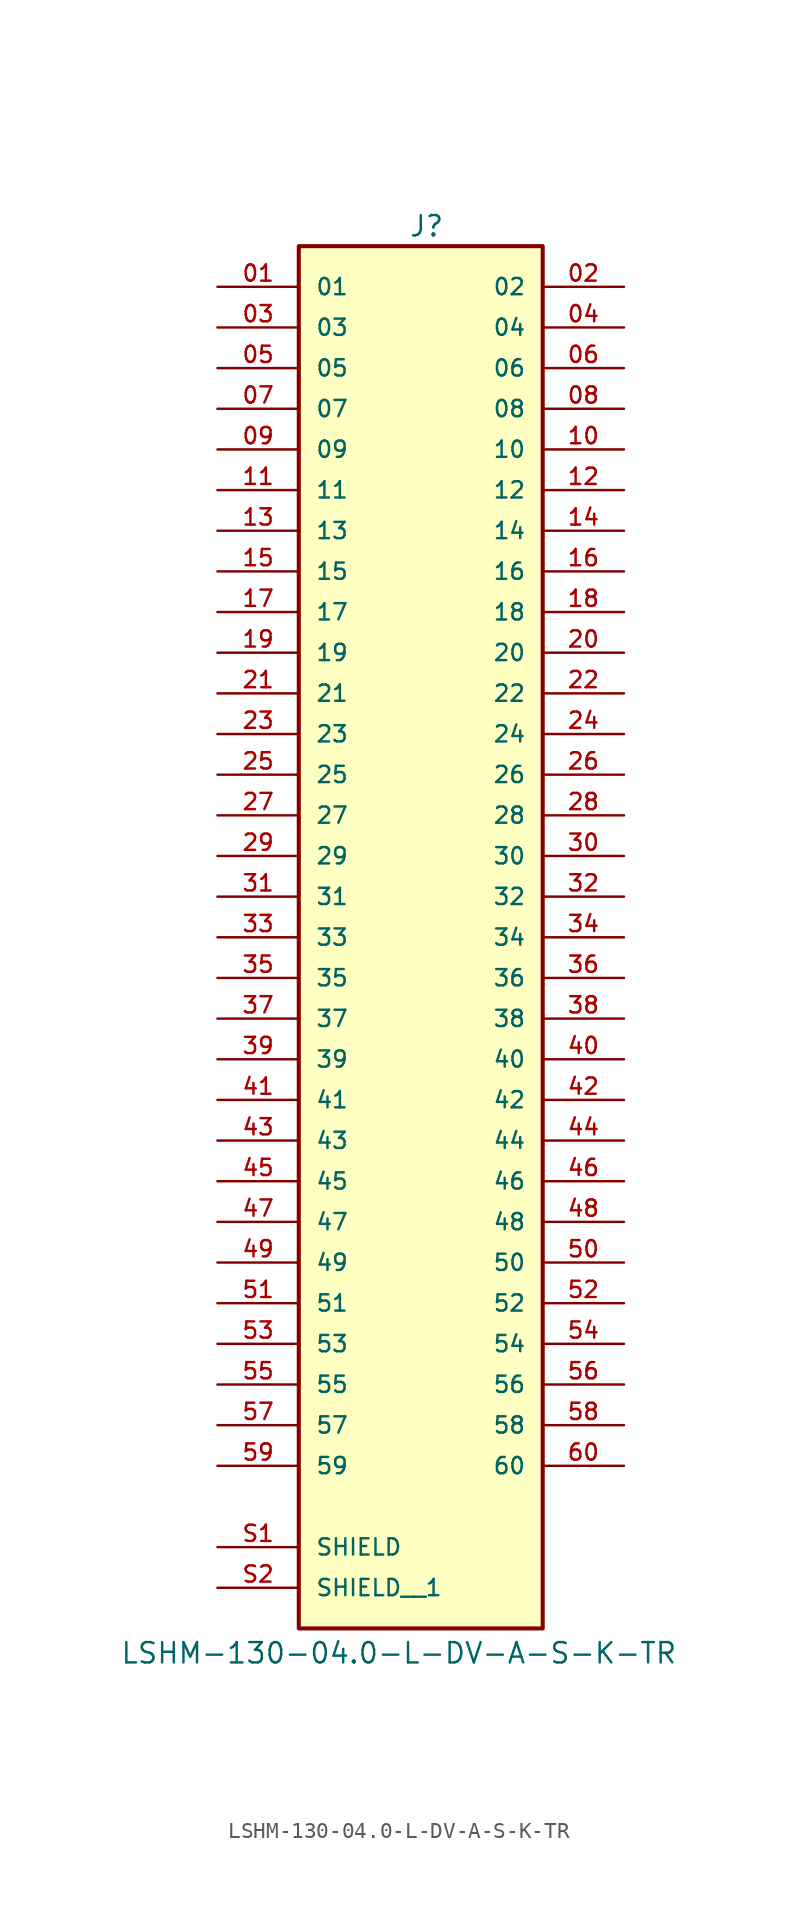
<source format=kicad_sym>
(kicad_symbol_lib
  (version 20231120)
  (generator "kicad_symbol_editor")
  (generator_version "8.0")
  (symbol "LSHM-130-04.0-L-DV-A-S-K-TR"
    (pin_names
      (offset 1.016))
    (property "Reference" "J"
      (at -0.762 43.688 0)
      (effects (font (size 1.27 1.27)) (justify left bottom)))
    (property "Value" "LSHM-130-04.0-L-DV-A-S-K-TR"
      (at -18.796 -45.466 0)
      (effects (font (size 1.27 1.27)) (justify left bottom)))
    (symbol "LSHM-130-04.0-L-DV-A-S-K-TR_0_0"
      (rectangle (start -7.62 -43.18) (end 7.62 43.18) (stroke (width 0.254) (type default)) (fill (type background)))
      (pin passive line (at -12.7 40.64 0) (length 5.08) (name "01" (effects (font (size 1.016 1.016)))) (number "01" (effects (font (size 1.016 1.016)))))
      (pin passive line (at 12.7 40.64 180) (length 5.08) (name "02" (effects (font (size 1.016 1.016)))) (number "02" (effects (font (size 1.016 1.016)))))
      (pin passive line (at -12.7 38.1 0) (length 5.08) (name "03" (effects (font (size 1.016 1.016)))) (number "03" (effects (font (size 1.016 1.016)))))
      (pin passive line (at 12.7 38.1 180) (length 5.08) (name "04" (effects (font (size 1.016 1.016)))) (number "04" (effects (font (size 1.016 1.016)))))
      (pin passive line (at -12.7 35.56 0) (length 5.08) (name "05" (effects (font (size 1.016 1.016)))) (number "05" (effects (font (size 1.016 1.016)))))
      (pin passive line (at 12.7 35.56 180) (length 5.08) (name "06" (effects (font (size 1.016 1.016)))) (number "06" (effects (font (size 1.016 1.016)))))
      (pin passive line (at -12.7 33.02 0) (length 5.08) (name "07" (effects (font (size 1.016 1.016)))) (number "07" (effects (font (size 1.016 1.016)))))
      (pin passive line (at 12.7 33.02 180) (length 5.08) (name "08" (effects (font (size 1.016 1.016)))) (number "08" (effects (font (size 1.016 1.016)))))
      (pin passive line (at -12.7 30.48 0) (length 5.08) (name "09" (effects (font (size 1.016 1.016)))) (number "09" (effects (font (size 1.016 1.016)))))
      (pin passive line (at 12.7 30.48 180) (length 5.08) (name "10" (effects (font (size 1.016 1.016)))) (number "10" (effects (font (size 1.016 1.016)))))
      (pin passive line (at -12.7 27.94 0) (length 5.08) (name "11" (effects (font (size 1.016 1.016)))) (number "11" (effects (font (size 1.016 1.016)))))
      (pin passive line (at 12.7 27.94 180) (length 5.08) (name "12" (effects (font (size 1.016 1.016)))) (number "12" (effects (font (size 1.016 1.016)))))
      (pin passive line (at -12.7 25.4 0) (length 5.08) (name "13" (effects (font (size 1.016 1.016)))) (number "13" (effects (font (size 1.016 1.016)))))
      (pin passive line (at 12.7 25.4 180) (length 5.08) (name "14" (effects (font (size 1.016 1.016)))) (number "14" (effects (font (size 1.016 1.016)))))
      (pin passive line (at -12.7 22.86 0) (length 5.08) (name "15" (effects (font (size 1.016 1.016)))) (number "15" (effects (font (size 1.016 1.016)))))
      (pin passive line (at 12.7 22.86 180) (length 5.08) (name "16" (effects (font (size 1.016 1.016)))) (number "16" (effects (font (size 1.016 1.016)))))
      (pin passive line (at -12.7 20.32 0) (length 5.08) (name "17" (effects (font (size 1.016 1.016)))) (number "17" (effects (font (size 1.016 1.016)))))
      (pin passive line (at 12.7 20.32 180) (length 5.08) (name "18" (effects (font (size 1.016 1.016)))) (number "18" (effects (font (size 1.016 1.016)))))
      (pin passive line (at -12.7 17.78 0) (length 5.08) (name "19" (effects (font (size 1.016 1.016)))) (number "19" (effects (font (size 1.016 1.016)))))
      (pin passive line (at 12.7 17.78 180) (length 5.08) (name "20" (effects (font (size 1.016 1.016)))) (number "20" (effects (font (size 1.016 1.016)))))
      (pin passive line (at -12.7 15.24 0) (length 5.08) (name "21" (effects (font (size 1.016 1.016)))) (number "21" (effects (font (size 1.016 1.016)))))
      (pin passive line (at 12.7 15.24 180) (length 5.08) (name "22" (effects (font (size 1.016 1.016)))) (number "22" (effects (font (size 1.016 1.016)))))
      (pin passive line (at -12.7 12.7 0) (length 5.08) (name "23" (effects (font (size 1.016 1.016)))) (number "23" (effects (font (size 1.016 1.016)))))
      (pin passive line (at 12.7 12.7 180) (length 5.08) (name "24" (effects (font (size 1.016 1.016)))) (number "24" (effects (font (size 1.016 1.016)))))
      (pin passive line (at -12.7 10.16 0) (length 5.08) (name "25" (effects (font (size 1.016 1.016)))) (number "25" (effects (font (size 1.016 1.016)))))
      (pin passive line (at 12.7 10.16 180) (length 5.08) (name "26" (effects (font (size 1.016 1.016)))) (number "26" (effects (font (size 1.016 1.016)))))
      (pin passive line (at -12.7 7.62 0) (length 5.08) (name "27" (effects (font (size 1.016 1.016)))) (number "27" (effects (font (size 1.016 1.016)))))
      (pin passive line (at 12.7 7.62 180) (length 5.08) (name "28" (effects (font (size 1.016 1.016)))) (number "28" (effects (font (size 1.016 1.016)))))
      (pin passive line (at -12.7 5.08 0) (length 5.08) (name "29" (effects (font (size 1.016 1.016)))) (number "29" (effects (font (size 1.016 1.016)))))
      (pin passive line (at 12.7 5.08 180) (length 5.08) (name "30" (effects (font (size 1.016 1.016)))) (number "30" (effects (font (size 1.016 1.016)))))
      (pin passive line (at -12.7 2.54 0) (length 5.08) (name "31" (effects (font (size 1.016 1.016)))) (number "31" (effects (font (size 1.016 1.016)))))
      (pin passive line (at 12.7 2.54 180) (length 5.08) (name "32" (effects (font (size 1.016 1.016)))) (number "32" (effects (font (size 1.016 1.016)))))
      (pin passive line (at -12.7 0 0) (length 5.08) (name "33" (effects (font (size 1.016 1.016)))) (number "33" (effects (font (size 1.016 1.016)))))
      (pin passive line (at 12.7 0 180) (length 5.08) (name "34" (effects (font (size 1.016 1.016)))) (number "34" (effects (font (size 1.016 1.016)))))
      (pin passive line (at -12.7 -2.54 0) (length 5.08) (name "35" (effects (font (size 1.016 1.016)))) (number "35" (effects (font (size 1.016 1.016)))))
      (pin passive line (at 12.7 -2.54 180) (length 5.08) (name "36" (effects (font (size 1.016 1.016)))) (number "36" (effects (font (size 1.016 1.016)))))
      (pin passive line (at -12.7 -5.08 0) (length 5.08) (name "37" (effects (font (size 1.016 1.016)))) (number "37" (effects (font (size 1.016 1.016)))))
      (pin passive line (at 12.7 -5.08 180) (length 5.08) (name "38" (effects (font (size 1.016 1.016)))) (number "38" (effects (font (size 1.016 1.016)))))
      (pin passive line (at -12.7 -7.62 0) (length 5.08) (name "39" (effects (font (size 1.016 1.016)))) (number "39" (effects (font (size 1.016 1.016)))))
      (pin passive line (at 12.7 -7.62 180) (length 5.08) (name "40" (effects (font (size 1.016 1.016)))) (number "40" (effects (font (size 1.016 1.016)))))
      (pin passive line (at -12.7 -10.16 0) (length 5.08) (name "41" (effects (font (size 1.016 1.016)))) (number "41" (effects (font (size 1.016 1.016)))))
      (pin passive line (at 12.7 -10.16 180) (length 5.08) (name "42" (effects (font (size 1.016 1.016)))) (number "42" (effects (font (size 1.016 1.016)))))
      (pin passive line (at -12.7 -12.7 0) (length 5.08) (name "43" (effects (font (size 1.016 1.016)))) (number "43" (effects (font (size 1.016 1.016)))))
      (pin passive line (at 12.7 -12.7 180) (length 5.08) (name "44" (effects (font (size 1.016 1.016)))) (number "44" (effects (font (size 1.016 1.016)))))
      (pin passive line (at -12.7 -15.24 0) (length 5.08) (name "45" (effects (font (size 1.016 1.016)))) (number "45" (effects (font (size 1.016 1.016)))))
      (pin passive line (at 12.7 -15.24 180) (length 5.08) (name "46" (effects (font (size 1.016 1.016)))) (number "46" (effects (font (size 1.016 1.016)))))
      (pin passive line (at -12.7 -17.78 0) (length 5.08) (name "47" (effects (font (size 1.016 1.016)))) (number "47" (effects (font (size 1.016 1.016)))))
      (pin passive line (at 12.7 -17.78 180) (length 5.08) (name "48" (effects (font (size 1.016 1.016)))) (number "48" (effects (font (size 1.016 1.016)))))
      (pin passive line (at -12.7 -20.32 0) (length 5.08) (name "49" (effects (font (size 1.016 1.016)))) (number "49" (effects (font (size 1.016 1.016)))))
      (pin passive line (at 12.7 -20.32 180) (length 5.08) (name "50" (effects (font (size 1.016 1.016)))) (number "50" (effects (font (size 1.016 1.016)))))
      (pin passive line (at -12.7 -22.86 0) (length 5.08) (name "51" (effects (font (size 1.016 1.016)))) (number "51" (effects (font (size 1.016 1.016)))))
      (pin passive line (at 12.7 -22.86 180) (length 5.08) (name "52" (effects (font (size 1.016 1.016)))) (number "52" (effects (font (size 1.016 1.016)))))
      (pin passive line (at -12.7 -25.4 0) (length 5.08) (name "53" (effects (font (size 1.016 1.016)))) (number "53" (effects (font (size 1.016 1.016)))))
      (pin passive line (at 12.7 -25.4 180) (length 5.08) (name "54" (effects (font (size 1.016 1.016)))) (number "54" (effects (font (size 1.016 1.016)))))
      (pin passive line (at -12.7 -27.94 0) (length 5.08) (name "55" (effects (font (size 1.016 1.016)))) (number "55" (effects (font (size 1.016 1.016)))))
      (pin passive line (at 12.7 -27.94 180) (length 5.08) (name "56" (effects (font (size 1.016 1.016)))) (number "56" (effects (font (size 1.016 1.016)))))
      (pin passive line (at -12.7 -30.48 0) (length 5.08) (name "57" (effects (font (size 1.016 1.016)))) (number "57" (effects (font (size 1.016 1.016)))))
      (pin passive line (at 12.7 -30.48 180) (length 5.08) (name "58" (effects (font (size 1.016 1.016)))) (number "58" (effects (font (size 1.016 1.016)))))
      (pin passive line (at -12.7 -33.02 0) (length 5.08) (name "59" (effects (font (size 1.016 1.016)))) (number "59" (effects (font (size 1.016 1.016)))))
      (pin passive line (at 12.7 -33.02 180) (length 5.08) (name "60" (effects (font (size 1.016 1.016)))) (number "60" (effects (font (size 1.016 1.016)))))
      (pin passive line (at -12.7 -38.1 0) (length 5.08) (name "SHIELD" (effects (font (size 1.016 1.016)))) (number "S1" (effects (font (size 1.016 1.016)))))
      (pin passive line (at -12.7 -40.64 0) (length 5.08) (name "SHIELD__1" (effects (font (size 1.016 1.016)))) (number "S2" (effects (font (size 1.016 1.016))))))))
</source>
